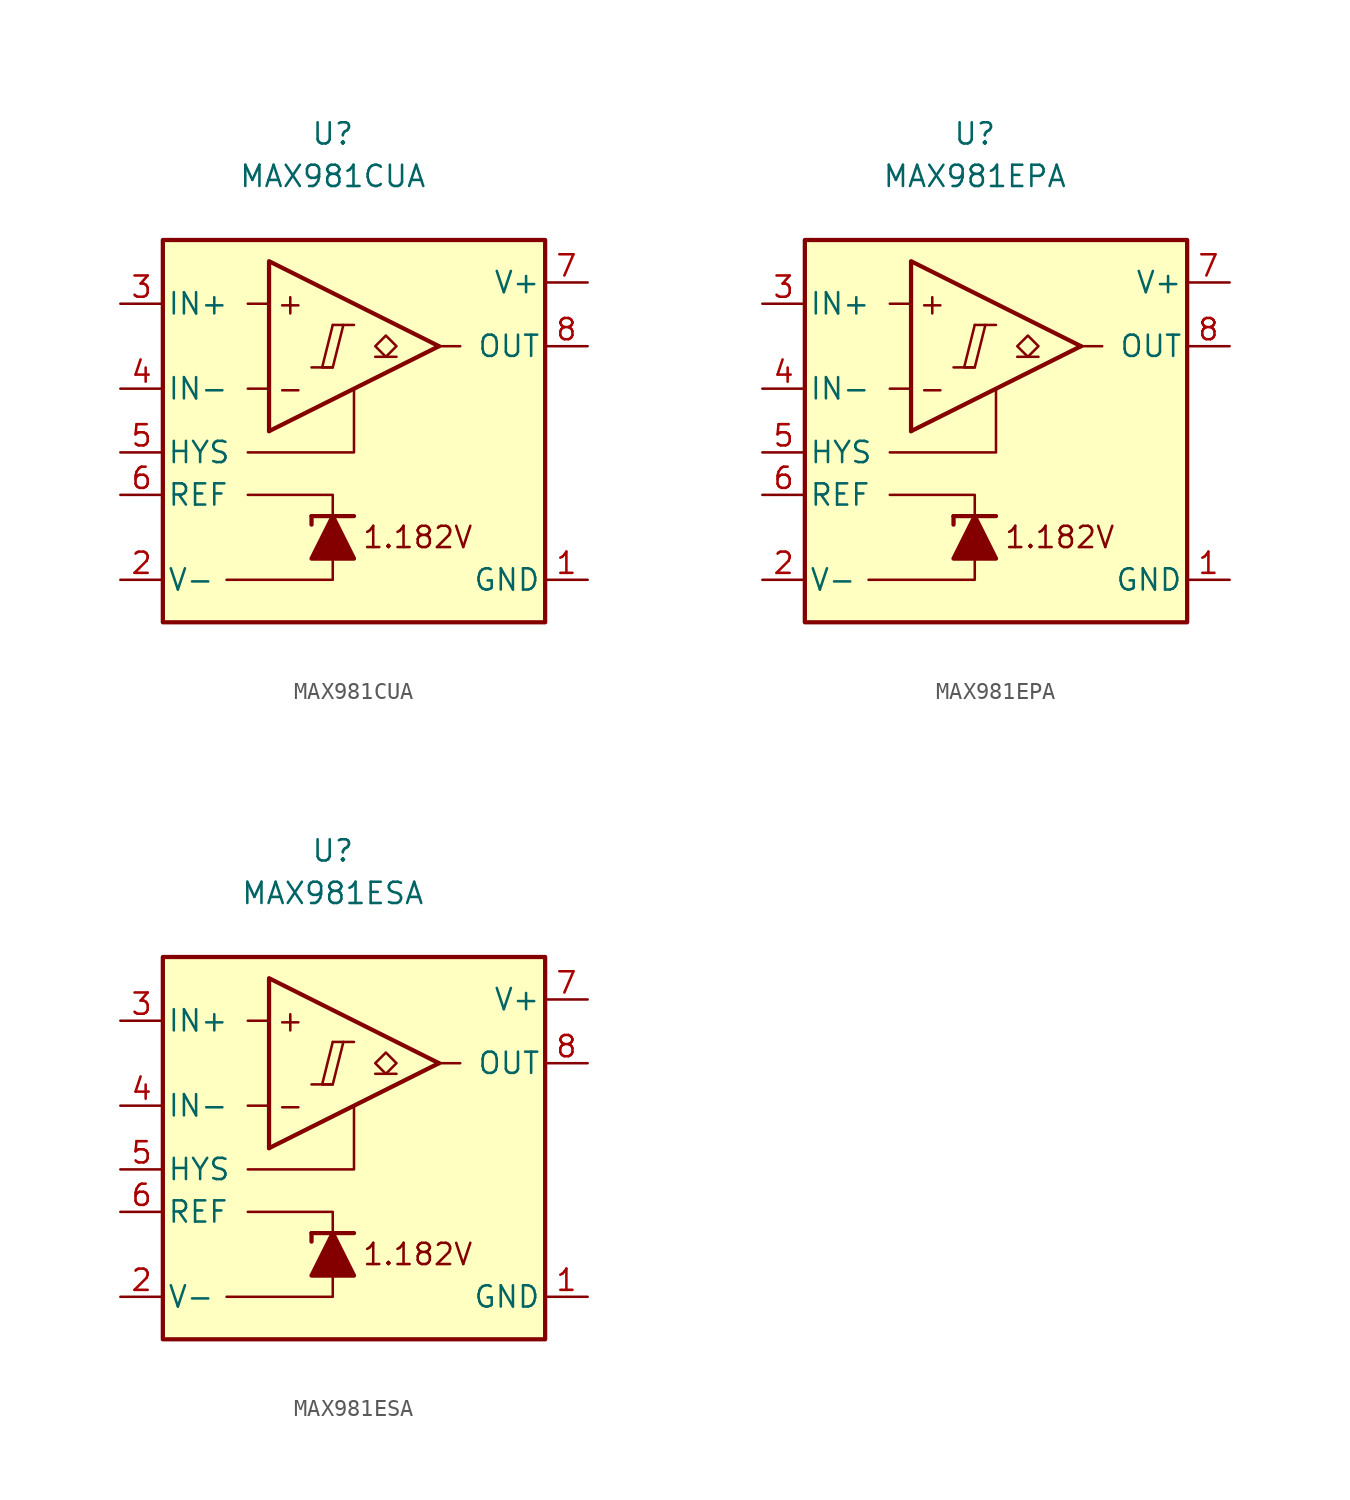
<source format=kicad_sym>
(kicad_symbol_lib
  (version 20231120)
  (generator "kicad_symbol_editor")
  (generator_version "8.0")
  (symbol "MAX981CUA"
    (pin_names
      (offset 0.254))
    (property "Reference" "U"
      (at 0 16.51 0)
      (effects (font (size 1.27 1.27))))
    (property "Value" "MAX981CUA"
      (at 0 13.97 0)
      (effects (font (size 1.27 1.27))))
    (symbol "MAX981CUA_0_0"
      (polyline (pts (xy -1.27 2.54) (xy 0 2.54)) (stroke (width 0.152) (type default)) (fill (type none)))
      (polyline (pts (xy 0 5.08) (xy 1.27 5.08)) (stroke (width 0.152) (type default)) (fill (type none)))
      (polyline (pts (xy 6.35 3.81) (xy -3.81 -1.27)) (stroke (width 0.254) (type default)) (fill (type none)))
      (polyline (pts (xy 6.35 3.81) (xy -3.81 8.89) (xy -3.81 -1.27)) (stroke (width 0.254) (type default)) (fill (type background)))
      (polyline (pts (xy 0 5.08) (xy -0.635 2.54) (xy 0 2.54) (xy 0.635 5.08)) (stroke (width 0.152) (type default)) (fill (type none)))
      (text "+" (at -2.54 6.35 0) (effects (font (size 1.27 1.27))))
      (text "-" (at -2.54 1.27 0) (effects (font (size 1.27 1.27))))
      (text "1.182V" (at 5.08 -7.62 0) (effects (font (size 1.27 1.27)))))
    (symbol "MAX981CUA_0_1"
      (polyline (pts (xy -3.81 1.27) (xy -5.08 1.27)) (stroke (width 0) (type default)) (fill (type none)))
      (polyline (pts (xy -3.81 6.35) (xy -5.08 6.35)) (stroke (width 0) (type default)) (fill (type none)))
      (polyline (pts (xy -1.27 -6.35) (xy -1.27 -6.858)) (stroke (width 0.254) (type default)) (fill (type none)))
      (polyline (pts (xy -1.27 -6.35) (xy 1.27 -6.35)) (stroke (width 0.254) (type default)) (fill (type none)))
      (polyline (pts (xy 6.35 3.81) (xy 7.62 3.81)) (stroke (width 0) (type default)) (fill (type none)))
      (polyline (pts (xy 0 -8.89) (xy 0 -10.16) (xy -6.35 -10.16)) (stroke (width 0) (type default)) (fill (type none)))
      (polyline (pts (xy 0 -6.35) (xy 0 -5.08) (xy -5.08 -5.08)) (stroke (width 0) (type default)) (fill (type none)))
      (polyline (pts (xy 1.27 1.27) (xy 1.27 -2.54) (xy -5.08 -2.54)) (stroke (width 0) (type default)) (fill (type none)))
      (polyline (pts (xy 1.27 -8.89) (xy -1.27 -8.89) (xy 0 -6.35) (xy 1.27 -8.89)) (stroke (width 0.254) (type default)) (fill (type outline)))
      (rectangle (start 12.7 10.16) (end -10.16 -12.7) (stroke (width 0.254) (type default)) (fill (type background))))
    (symbol "MAX981CUA_1_1"
      (polyline (pts (xy 3.81 3.175) (xy 2.54 3.175)) (stroke (width 0.152) (type default)) (fill (type none)))
      (polyline (pts (xy 3.175 3.175) (xy 2.54 3.81) (xy 3.175 4.445) (xy 3.81 3.81) (xy 3.175 3.175)) (stroke (width 0.152) (type default)) (fill (type none)))
      (pin power_in line (at 15.24 -10.16 180) (length 2.54) (name "GND" (effects (font (size 1.27 1.27)))) (number "1" (effects (font (size 1.27 1.27)))))
      (pin power_in line (at -12.7 -10.16 0) (length 2.54) (name "V-" (effects (font (size 1.27 1.27)))) (number "2" (effects (font (size 1.27 1.27)))))
      (pin input line (at -12.7 6.35 0) (length 2.54) (name "IN+" (effects (font (size 1.27 1.27)))) (number "3" (effects (font (size 1.27 1.27)))))
      (pin input line (at -12.7 1.27 0) (length 2.54) (name "IN-" (effects (font (size 1.27 1.27)))) (number "4" (effects (font (size 1.27 1.27)))))
      (pin input line (at -12.7 -2.54 0) (length 2.54) (name "HYS" (effects (font (size 1.27 1.27)))) (number "5" (effects (font (size 1.27 1.27)))))
      (pin output line (at -12.7 -5.08 0) (length 2.54) (name "REF" (effects (font (size 1.27 1.27)))) (number "6" (effects (font (size 1.27 1.27)))))
      (pin power_in line (at 15.24 7.62 180) (length 2.54) (name "V+" (effects (font (size 1.27 1.27)))) (number "7" (effects (font (size 1.27 1.27)))))
      (pin open_collector line (at 15.24 3.81 180) (length 2.54) (name "OUT" (effects (font (size 1.27 1.27)))) (number "8" (effects (font (size 1.27 1.27)))))))
  (symbol "MAX981EPA"
    (pin_names
      (offset 0.254))
    (property "Reference" "U"
      (at 0 16.51 0)
      (effects (font (size 1.27 1.27))))
    (property "Value" "MAX981EPA"
      (at 0 13.97 0)
      (effects (font (size 1.27 1.27))))
    (symbol "MAX981EPA_0_0"
      (polyline (pts (xy -1.27 2.54) (xy 0 2.54)) (stroke (width 0.152) (type default)) (fill (type none)))
      (polyline (pts (xy 0 5.08) (xy 1.27 5.08)) (stroke (width 0.152) (type default)) (fill (type none)))
      (polyline (pts (xy 6.35 3.81) (xy -3.81 -1.27)) (stroke (width 0.254) (type default)) (fill (type none)))
      (polyline (pts (xy 6.35 3.81) (xy -3.81 8.89) (xy -3.81 -1.27)) (stroke (width 0.254) (type default)) (fill (type background)))
      (polyline (pts (xy 0 5.08) (xy -0.635 2.54) (xy 0 2.54) (xy 0.635 5.08)) (stroke (width 0.152) (type default)) (fill (type none)))
      (text "+" (at -2.54 6.35 0) (effects (font (size 1.27 1.27))))
      (text "-" (at -2.54 1.27 0) (effects (font (size 1.27 1.27))))
      (text "1.182V" (at 5.08 -7.62 0) (effects (font (size 1.27 1.27)))))
    (symbol "MAX981EPA_0_1"
      (polyline (pts (xy -3.81 1.27) (xy -5.08 1.27)) (stroke (width 0) (type default)) (fill (type none)))
      (polyline (pts (xy -3.81 6.35) (xy -5.08 6.35)) (stroke (width 0) (type default)) (fill (type none)))
      (polyline (pts (xy -1.27 -6.35) (xy -1.27 -6.858)) (stroke (width 0.254) (type default)) (fill (type none)))
      (polyline (pts (xy -1.27 -6.35) (xy 1.27 -6.35)) (stroke (width 0.254) (type default)) (fill (type none)))
      (polyline (pts (xy 6.35 3.81) (xy 7.62 3.81)) (stroke (width 0) (type default)) (fill (type none)))
      (polyline (pts (xy 0 -8.89) (xy 0 -10.16) (xy -6.35 -10.16)) (stroke (width 0) (type default)) (fill (type none)))
      (polyline (pts (xy 0 -6.35) (xy 0 -5.08) (xy -5.08 -5.08)) (stroke (width 0) (type default)) (fill (type none)))
      (polyline (pts (xy 1.27 1.27) (xy 1.27 -2.54) (xy -5.08 -2.54)) (stroke (width 0) (type default)) (fill (type none)))
      (polyline (pts (xy 1.27 -8.89) (xy -1.27 -8.89) (xy 0 -6.35) (xy 1.27 -8.89)) (stroke (width 0.254) (type default)) (fill (type outline)))
      (rectangle (start 12.7 10.16) (end -10.16 -12.7) (stroke (width 0.254) (type default)) (fill (type background))))
    (symbol "MAX981EPA_1_1"
      (polyline (pts (xy 3.81 3.175) (xy 2.54 3.175)) (stroke (width 0.152) (type default)) (fill (type none)))
      (polyline (pts (xy 3.175 3.175) (xy 2.54 3.81) (xy 3.175 4.445) (xy 3.81 3.81) (xy 3.175 3.175)) (stroke (width 0.152) (type default)) (fill (type none)))
      (pin power_in line (at 15.24 -10.16 180) (length 2.54) (name "GND" (effects (font (size 1.27 1.27)))) (number "1" (effects (font (size 1.27 1.27)))))
      (pin power_in line (at -12.7 -10.16 0) (length 2.54) (name "V-" (effects (font (size 1.27 1.27)))) (number "2" (effects (font (size 1.27 1.27)))))
      (pin input line (at -12.7 6.35 0) (length 2.54) (name "IN+" (effects (font (size 1.27 1.27)))) (number "3" (effects (font (size 1.27 1.27)))))
      (pin input line (at -12.7 1.27 0) (length 2.54) (name "IN-" (effects (font (size 1.27 1.27)))) (number "4" (effects (font (size 1.27 1.27)))))
      (pin input line (at -12.7 -2.54 0) (length 2.54) (name "HYS" (effects (font (size 1.27 1.27)))) (number "5" (effects (font (size 1.27 1.27)))))
      (pin output line (at -12.7 -5.08 0) (length 2.54) (name "REF" (effects (font (size 1.27 1.27)))) (number "6" (effects (font (size 1.27 1.27)))))
      (pin power_in line (at 15.24 7.62 180) (length 2.54) (name "V+" (effects (font (size 1.27 1.27)))) (number "7" (effects (font (size 1.27 1.27)))))
      (pin open_collector line (at 15.24 3.81 180) (length 2.54) (name "OUT" (effects (font (size 1.27 1.27)))) (number "8" (effects (font (size 1.27 1.27)))))))
  (symbol "MAX981ESA"
    (pin_names
      (offset 0.254))
    (property "Reference" "U"
      (at 0 16.51 0)
      (effects (font (size 1.27 1.27))))
    (property "Value" "MAX981ESA"
      (at 0 13.97 0)
      (effects (font (size 1.27 1.27))))
    (symbol "MAX981ESA_0_0"
      (polyline (pts (xy -1.27 2.54) (xy 0 2.54)) (stroke (width 0.152) (type default)) (fill (type none)))
      (polyline (pts (xy 0 5.08) (xy 1.27 5.08)) (stroke (width 0.152) (type default)) (fill (type none)))
      (polyline (pts (xy 6.35 3.81) (xy -3.81 -1.27)) (stroke (width 0.254) (type default)) (fill (type none)))
      (polyline (pts (xy 6.35 3.81) (xy -3.81 8.89) (xy -3.81 -1.27)) (stroke (width 0.254) (type default)) (fill (type background)))
      (polyline (pts (xy 0 5.08) (xy -0.635 2.54) (xy 0 2.54) (xy 0.635 5.08)) (stroke (width 0.152) (type default)) (fill (type none)))
      (text "+" (at -2.54 6.35 0) (effects (font (size 1.27 1.27))))
      (text "-" (at -2.54 1.27 0) (effects (font (size 1.27 1.27))))
      (text "1.182V" (at 5.08 -7.62 0) (effects (font (size 1.27 1.27)))))
    (symbol "MAX981ESA_0_1"
      (polyline (pts (xy -3.81 1.27) (xy -5.08 1.27)) (stroke (width 0) (type default)) (fill (type none)))
      (polyline (pts (xy -3.81 6.35) (xy -5.08 6.35)) (stroke (width 0) (type default)) (fill (type none)))
      (polyline (pts (xy -1.27 -6.35) (xy -1.27 -6.858)) (stroke (width 0.254) (type default)) (fill (type none)))
      (polyline (pts (xy -1.27 -6.35) (xy 1.27 -6.35)) (stroke (width 0.254) (type default)) (fill (type none)))
      (polyline (pts (xy 6.35 3.81) (xy 7.62 3.81)) (stroke (width 0) (type default)) (fill (type none)))
      (polyline (pts (xy 0 -8.89) (xy 0 -10.16) (xy -6.35 -10.16)) (stroke (width 0) (type default)) (fill (type none)))
      (polyline (pts (xy 0 -6.35) (xy 0 -5.08) (xy -5.08 -5.08)) (stroke (width 0) (type default)) (fill (type none)))
      (polyline (pts (xy 1.27 1.27) (xy 1.27 -2.54) (xy -5.08 -2.54)) (stroke (width 0) (type default)) (fill (type none)))
      (polyline (pts (xy 1.27 -8.89) (xy -1.27 -8.89) (xy 0 -6.35) (xy 1.27 -8.89)) (stroke (width 0.254) (type default)) (fill (type outline)))
      (rectangle (start 12.7 10.16) (end -10.16 -12.7) (stroke (width 0.254) (type default)) (fill (type background))))
    (symbol "MAX981ESA_1_1"
      (polyline (pts (xy 3.81 3.175) (xy 2.54 3.175)) (stroke (width 0.152) (type default)) (fill (type none)))
      (polyline (pts (xy 3.175 3.175) (xy 2.54 3.81) (xy 3.175 4.445) (xy 3.81 3.81) (xy 3.175 3.175)) (stroke (width 0.152) (type default)) (fill (type none)))
      (pin power_in line (at 15.24 -10.16 180) (length 2.54) (name "GND" (effects (font (size 1.27 1.27)))) (number "1" (effects (font (size 1.27 1.27)))))
      (pin power_in line (at -12.7 -10.16 0) (length 2.54) (name "V-" (effects (font (size 1.27 1.27)))) (number "2" (effects (font (size 1.27 1.27)))))
      (pin input line (at -12.7 6.35 0) (length 2.54) (name "IN+" (effects (font (size 1.27 1.27)))) (number "3" (effects (font (size 1.27 1.27)))))
      (pin input line (at -12.7 1.27 0) (length 2.54) (name "IN-" (effects (font (size 1.27 1.27)))) (number "4" (effects (font (size 1.27 1.27)))))
      (pin input line (at -12.7 -2.54 0) (length 2.54) (name "HYS" (effects (font (size 1.27 1.27)))) (number "5" (effects (font (size 1.27 1.27)))))
      (pin output line (at -12.7 -5.08 0) (length 2.54) (name "REF" (effects (font (size 1.27 1.27)))) (number "6" (effects (font (size 1.27 1.27)))))
      (pin power_in line (at 15.24 7.62 180) (length 2.54) (name "V+" (effects (font (size 1.27 1.27)))) (number "7" (effects (font (size 1.27 1.27)))))
      (pin open_collector line (at 15.24 3.81 180) (length 2.54) (name "OUT" (effects (font (size 1.27 1.27)))) (number "8" (effects (font (size 1.27 1.27))))))))
</source>
